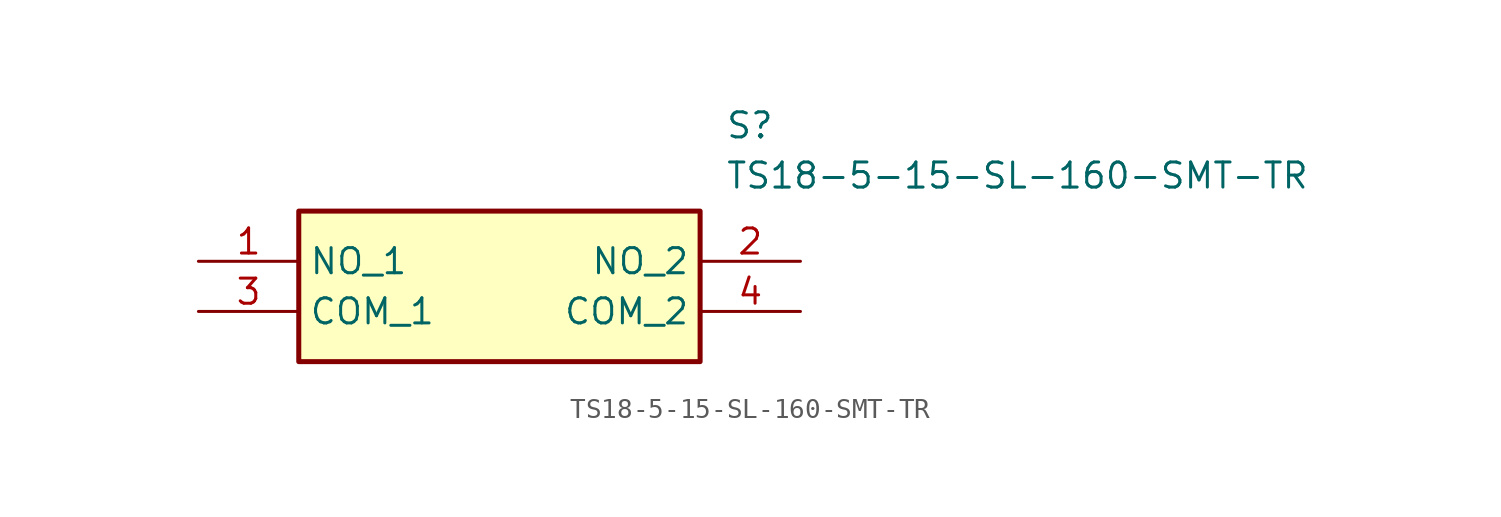
<source format=kicad_sym>
(kicad_symbol_lib
  (version 20211014)
  (generator SamacSys_ECAD_Model)
  (symbol "TS18-5-15-SL-160-SMT-TR"
    (property "Reference" "S"
      (at 26.67 7.62 0)
      (effects (font (size 1.27 1.27)) (justify left top)))
    (property "Value" "TS18-5-15-SL-160-SMT-TR"
      (at 26.67 5.08 0)
      (effects (font (size 1.27 1.27)) (justify left top)))
    (rectangle
      (start 5.08 2.54)
      (end 25.4 -5.08)
      (stroke (width 0.254) (type default))
      (fill (type background)))
    (pin passive line
      (at 0 0 0)
      (length 5.08)
      (name "NO_1" (effects (font (size 1.27 1.27))))
      (number "1" (effects (font (size 1.27 1.27)))))
    (pin passive line
      (at 30.48 0 180)
      (length 5.08)
      (name "NO_2" (effects (font (size 1.27 1.27))))
      (number "2" (effects (font (size 1.27 1.27)))))
    (pin passive line
      (at 0 -2.54 0)
      (length 5.08)
      (name "COM_1" (effects (font (size 1.27 1.27))))
      (number "3" (effects (font (size 1.27 1.27)))))
    (pin passive line
      (at 30.48 -2.54 180)
      (length 5.08)
      (name "COM_2" (effects (font (size 1.27 1.27))))
      (number "4" (effects (font (size 1.27 1.27)))))))
</source>
